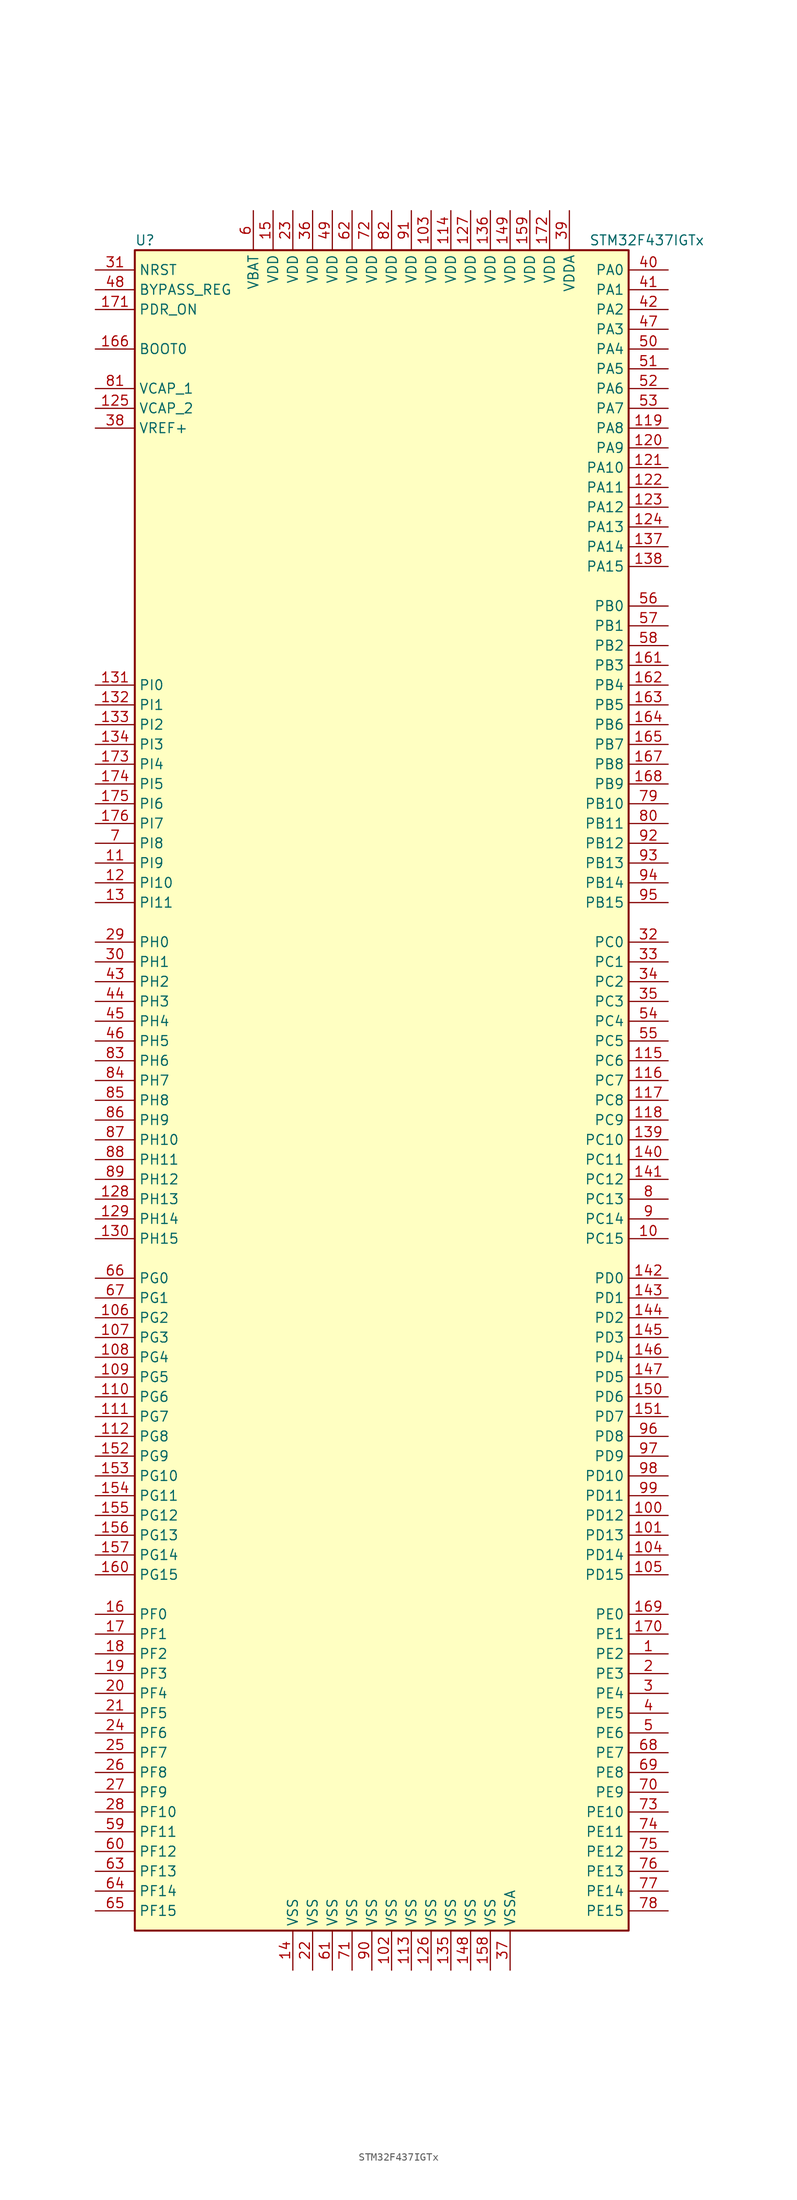
<source format=kicad_sym>
(kicad_symbol_lib
  (version 20201005)
  (generator kicad_symbol_editor)
  (symbol "STM32F437IGTx"
    (property "Reference" "U"
      (at -33.02 107.95 0)
      (effects (font (size 1.27 1.27)) (justify left)))
    (property "Value" "STM32F437IGTx"
      (at 25.4 107.95 0)
      (effects (font (size 1.27 1.27)) (justify left)))
    (symbol "STM32F437IGTx_0_1"
      (rectangle (start -33.02 -109.22) (end 30.48 106.68) (stroke (width 0.254)) (fill (type background))))
    (symbol "STM32F437IGTx_1_1"
      (pin bidirectional line (at 35.56 -73.66 180) (length 5.08) (name "PE2" (effects (font (size 1.27 1.27)))) (number "1" (effects (font (size 1.27 1.27)))))
      (pin bidirectional line (at 35.56 -20.32 180) (length 5.08) (name "PC15" (effects (font (size 1.27 1.27)))) (number "10" (effects (font (size 1.27 1.27)))))
      (pin bidirectional line (at 35.56 -55.88 180) (length 5.08) (name "PD12" (effects (font (size 1.27 1.27)))) (number "100" (effects (font (size 1.27 1.27)))))
      (pin bidirectional line (at 35.56 -58.42 180) (length 5.08) (name "PD13" (effects (font (size 1.27 1.27)))) (number "101" (effects (font (size 1.27 1.27)))))
      (pin power_in line (at 0 -114.3 90) (length 5.08) (name "VSS" (effects (font (size 1.27 1.27)))) (number "102" (effects (font (size 1.27 1.27)))))
      (pin power_in line (at 5.08 111.76 270) (length 5.08) (name "VDD" (effects (font (size 1.27 1.27)))) (number "103" (effects (font (size 1.27 1.27)))))
      (pin bidirectional line (at 35.56 -60.96 180) (length 5.08) (name "PD14" (effects (font (size 1.27 1.27)))) (number "104" (effects (font (size 1.27 1.27)))))
      (pin bidirectional line (at 35.56 -63.5 180) (length 5.08) (name "PD15" (effects (font (size 1.27 1.27)))) (number "105" (effects (font (size 1.27 1.27)))))
      (pin bidirectional line (at -38.1 -30.48 0) (length 5.08) (name "PG2" (effects (font (size 1.27 1.27)))) (number "106" (effects (font (size 1.27 1.27)))))
      (pin bidirectional line (at -38.1 -33.02 0) (length 5.08) (name "PG3" (effects (font (size 1.27 1.27)))) (number "107" (effects (font (size 1.27 1.27)))))
      (pin bidirectional line (at -38.1 -35.56 0) (length 5.08) (name "PG4" (effects (font (size 1.27 1.27)))) (number "108" (effects (font (size 1.27 1.27)))))
      (pin bidirectional line (at -38.1 -38.1 0) (length 5.08) (name "PG5" (effects (font (size 1.27 1.27)))) (number "109" (effects (font (size 1.27 1.27)))))
      (pin bidirectional line (at -38.1 27.94 0) (length 5.08) (name "PI9" (effects (font (size 1.27 1.27)))) (number "11" (effects (font (size 1.27 1.27)))))
      (pin bidirectional line (at -38.1 -40.64 0) (length 5.08) (name "PG6" (effects (font (size 1.27 1.27)))) (number "110" (effects (font (size 1.27 1.27)))))
      (pin bidirectional line (at -38.1 -43.18 0) (length 5.08) (name "PG7" (effects (font (size 1.27 1.27)))) (number "111" (effects (font (size 1.27 1.27)))))
      (pin bidirectional line (at -38.1 -45.72 0) (length 5.08) (name "PG8" (effects (font (size 1.27 1.27)))) (number "112" (effects (font (size 1.27 1.27)))))
      (pin power_in line (at 2.54 -114.3 90) (length 5.08) (name "VSS" (effects (font (size 1.27 1.27)))) (number "113" (effects (font (size 1.27 1.27)))))
      (pin power_in line (at 7.62 111.76 270) (length 5.08) (name "VDD" (effects (font (size 1.27 1.27)))) (number "114" (effects (font (size 1.27 1.27)))))
      (pin bidirectional line (at 35.56 2.54 180) (length 5.08) (name "PC6" (effects (font (size 1.27 1.27)))) (number "115" (effects (font (size 1.27 1.27)))))
      (pin bidirectional line (at 35.56 0 180) (length 5.08) (name "PC7" (effects (font (size 1.27 1.27)))) (number "116" (effects (font (size 1.27 1.27)))))
      (pin bidirectional line (at 35.56 -2.54 180) (length 5.08) (name "PC8" (effects (font (size 1.27 1.27)))) (number "117" (effects (font (size 1.27 1.27)))))
      (pin bidirectional line (at 35.56 -5.08 180) (length 5.08) (name "PC9" (effects (font (size 1.27 1.27)))) (number "118" (effects (font (size 1.27 1.27)))))
      (pin bidirectional line (at 35.56 83.82 180) (length 5.08) (name "PA8" (effects (font (size 1.27 1.27)))) (number "119" (effects (font (size 1.27 1.27)))))
      (pin bidirectional line (at -38.1 25.4 0) (length 5.08) (name "PI10" (effects (font (size 1.27 1.27)))) (number "12" (effects (font (size 1.27 1.27)))))
      (pin bidirectional line (at 35.56 81.28 180) (length 5.08) (name "PA9" (effects (font (size 1.27 1.27)))) (number "120" (effects (font (size 1.27 1.27)))))
      (pin bidirectional line (at 35.56 78.74 180) (length 5.08) (name "PA10" (effects (font (size 1.27 1.27)))) (number "121" (effects (font (size 1.27 1.27)))))
      (pin bidirectional line (at 35.56 76.2 180) (length 5.08) (name "PA11" (effects (font (size 1.27 1.27)))) (number "122" (effects (font (size 1.27 1.27)))))
      (pin bidirectional line (at 35.56 73.66 180) (length 5.08) (name "PA12" (effects (font (size 1.27 1.27)))) (number "123" (effects (font (size 1.27 1.27)))))
      (pin bidirectional line (at 35.56 71.12 180) (length 5.08) (name "PA13" (effects (font (size 1.27 1.27)))) (number "124" (effects (font (size 1.27 1.27)))))
      (pin power_in line (at -38.1 86.36 0) (length 5.08) (name "VCAP_2" (effects (font (size 1.27 1.27)))) (number "125" (effects (font (size 1.27 1.27)))))
      (pin power_in line (at 5.08 -114.3 90) (length 5.08) (name "VSS" (effects (font (size 1.27 1.27)))) (number "126" (effects (font (size 1.27 1.27)))))
      (pin power_in line (at 10.16 111.76 270) (length 5.08) (name "VDD" (effects (font (size 1.27 1.27)))) (number "127" (effects (font (size 1.27 1.27)))))
      (pin bidirectional line (at -38.1 -15.24 0) (length 5.08) (name "PH13" (effects (font (size 1.27 1.27)))) (number "128" (effects (font (size 1.27 1.27)))))
      (pin bidirectional line (at -38.1 -17.78 0) (length 5.08) (name "PH14" (effects (font (size 1.27 1.27)))) (number "129" (effects (font (size 1.27 1.27)))))
      (pin bidirectional line (at -38.1 22.86 0) (length 5.08) (name "PI11" (effects (font (size 1.27 1.27)))) (number "13" (effects (font (size 1.27 1.27)))))
      (pin bidirectional line (at -38.1 -20.32 0) (length 5.08) (name "PH15" (effects (font (size 1.27 1.27)))) (number "130" (effects (font (size 1.27 1.27)))))
      (pin bidirectional line (at -38.1 50.8 0) (length 5.08) (name "PI0" (effects (font (size 1.27 1.27)))) (number "131" (effects (font (size 1.27 1.27)))))
      (pin bidirectional line (at -38.1 48.26 0) (length 5.08) (name "PI1" (effects (font (size 1.27 1.27)))) (number "132" (effects (font (size 1.27 1.27)))))
      (pin bidirectional line (at -38.1 45.72 0) (length 5.08) (name "PI2" (effects (font (size 1.27 1.27)))) (number "133" (effects (font (size 1.27 1.27)))))
      (pin bidirectional line (at -38.1 43.18 0) (length 5.08) (name "PI3" (effects (font (size 1.27 1.27)))) (number "134" (effects (font (size 1.27 1.27)))))
      (pin power_in line (at 7.62 -114.3 90) (length 5.08) (name "VSS" (effects (font (size 1.27 1.27)))) (number "135" (effects (font (size 1.27 1.27)))))
      (pin power_in line (at 12.7 111.76 270) (length 5.08) (name "VDD" (effects (font (size 1.27 1.27)))) (number "136" (effects (font (size 1.27 1.27)))))
      (pin bidirectional line (at 35.56 68.58 180) (length 5.08) (name "PA14" (effects (font (size 1.27 1.27)))) (number "137" (effects (font (size 1.27 1.27)))))
      (pin bidirectional line (at 35.56 66.04 180) (length 5.08) (name "PA15" (effects (font (size 1.27 1.27)))) (number "138" (effects (font (size 1.27 1.27)))))
      (pin bidirectional line (at 35.56 -7.62 180) (length 5.08) (name "PC10" (effects (font (size 1.27 1.27)))) (number "139" (effects (font (size 1.27 1.27)))))
      (pin power_in line (at -12.7 -114.3 90) (length 5.08) (name "VSS" (effects (font (size 1.27 1.27)))) (number "14" (effects (font (size 1.27 1.27)))))
      (pin bidirectional line (at 35.56 -10.16 180) (length 5.08) (name "PC11" (effects (font (size 1.27 1.27)))) (number "140" (effects (font (size 1.27 1.27)))))
      (pin bidirectional line (at 35.56 -12.7 180) (length 5.08) (name "PC12" (effects (font (size 1.27 1.27)))) (number "141" (effects (font (size 1.27 1.27)))))
      (pin bidirectional line (at 35.56 -25.4 180) (length 5.08) (name "PD0" (effects (font (size 1.27 1.27)))) (number "142" (effects (font (size 1.27 1.27)))))
      (pin bidirectional line (at 35.56 -27.94 180) (length 5.08) (name "PD1" (effects (font (size 1.27 1.27)))) (number "143" (effects (font (size 1.27 1.27)))))
      (pin bidirectional line (at 35.56 -30.48 180) (length 5.08) (name "PD2" (effects (font (size 1.27 1.27)))) (number "144" (effects (font (size 1.27 1.27)))))
      (pin bidirectional line (at 35.56 -33.02 180) (length 5.08) (name "PD3" (effects (font (size 1.27 1.27)))) (number "145" (effects (font (size 1.27 1.27)))))
      (pin bidirectional line (at 35.56 -35.56 180) (length 5.08) (name "PD4" (effects (font (size 1.27 1.27)))) (number "146" (effects (font (size 1.27 1.27)))))
      (pin bidirectional line (at 35.56 -38.1 180) (length 5.08) (name "PD5" (effects (font (size 1.27 1.27)))) (number "147" (effects (font (size 1.27 1.27)))))
      (pin power_in line (at 10.16 -114.3 90) (length 5.08) (name "VSS" (effects (font (size 1.27 1.27)))) (number "148" (effects (font (size 1.27 1.27)))))
      (pin power_in line (at 15.24 111.76 270) (length 5.08) (name "VDD" (effects (font (size 1.27 1.27)))) (number "149" (effects (font (size 1.27 1.27)))))
      (pin power_in line (at -15.24 111.76 270) (length 5.08) (name "VDD" (effects (font (size 1.27 1.27)))) (number "15" (effects (font (size 1.27 1.27)))))
      (pin bidirectional line (at 35.56 -40.64 180) (length 5.08) (name "PD6" (effects (font (size 1.27 1.27)))) (number "150" (effects (font (size 1.27 1.27)))))
      (pin bidirectional line (at 35.56 -43.18 180) (length 5.08) (name "PD7" (effects (font (size 1.27 1.27)))) (number "151" (effects (font (size 1.27 1.27)))))
      (pin bidirectional line (at -38.1 -48.26 0) (length 5.08) (name "PG9" (effects (font (size 1.27 1.27)))) (number "152" (effects (font (size 1.27 1.27)))))
      (pin bidirectional line (at -38.1 -50.8 0) (length 5.08) (name "PG10" (effects (font (size 1.27 1.27)))) (number "153" (effects (font (size 1.27 1.27)))))
      (pin bidirectional line (at -38.1 -53.34 0) (length 5.08) (name "PG11" (effects (font (size 1.27 1.27)))) (number "154" (effects (font (size 1.27 1.27)))))
      (pin bidirectional line (at -38.1 -55.88 0) (length 5.08) (name "PG12" (effects (font (size 1.27 1.27)))) (number "155" (effects (font (size 1.27 1.27)))))
      (pin bidirectional line (at -38.1 -58.42 0) (length 5.08) (name "PG13" (effects (font (size 1.27 1.27)))) (number "156" (effects (font (size 1.27 1.27)))))
      (pin bidirectional line (at -38.1 -60.96 0) (length 5.08) (name "PG14" (effects (font (size 1.27 1.27)))) (number "157" (effects (font (size 1.27 1.27)))))
      (pin power_in line (at 12.7 -114.3 90) (length 5.08) (name "VSS" (effects (font (size 1.27 1.27)))) (number "158" (effects (font (size 1.27 1.27)))))
      (pin power_in line (at 17.78 111.76 270) (length 5.08) (name "VDD" (effects (font (size 1.27 1.27)))) (number "159" (effects (font (size 1.27 1.27)))))
      (pin bidirectional line (at -38.1 -68.58 0) (length 5.08) (name "PF0" (effects (font (size 1.27 1.27)))) (number "16" (effects (font (size 1.27 1.27)))))
      (pin bidirectional line (at -38.1 -63.5 0) (length 5.08) (name "PG15" (effects (font (size 1.27 1.27)))) (number "160" (effects (font (size 1.27 1.27)))))
      (pin bidirectional line (at 35.56 53.34 180) (length 5.08) (name "PB3" (effects (font (size 1.27 1.27)))) (number "161" (effects (font (size 1.27 1.27)))))
      (pin bidirectional line (at 35.56 50.8 180) (length 5.08) (name "PB4" (effects (font (size 1.27 1.27)))) (number "162" (effects (font (size 1.27 1.27)))))
      (pin bidirectional line (at 35.56 48.26 180) (length 5.08) (name "PB5" (effects (font (size 1.27 1.27)))) (number "163" (effects (font (size 1.27 1.27)))))
      (pin bidirectional line (at 35.56 45.72 180) (length 5.08) (name "PB6" (effects (font (size 1.27 1.27)))) (number "164" (effects (font (size 1.27 1.27)))))
      (pin bidirectional line (at 35.56 43.18 180) (length 5.08) (name "PB7" (effects (font (size 1.27 1.27)))) (number "165" (effects (font (size 1.27 1.27)))))
      (pin input line (at -38.1 93.98 0) (length 5.08) (name "BOOT0" (effects (font (size 1.27 1.27)))) (number "166" (effects (font (size 1.27 1.27)))))
      (pin bidirectional line (at 35.56 40.64 180) (length 5.08) (name "PB8" (effects (font (size 1.27 1.27)))) (number "167" (effects (font (size 1.27 1.27)))))
      (pin bidirectional line (at 35.56 38.1 180) (length 5.08) (name "PB9" (effects (font (size 1.27 1.27)))) (number "168" (effects (font (size 1.27 1.27)))))
      (pin bidirectional line (at 35.56 -68.58 180) (length 5.08) (name "PE0" (effects (font (size 1.27 1.27)))) (number "169" (effects (font (size 1.27 1.27)))))
      (pin bidirectional line (at -38.1 -71.12 0) (length 5.08) (name "PF1" (effects (font (size 1.27 1.27)))) (number "17" (effects (font (size 1.27 1.27)))))
      (pin bidirectional line (at 35.56 -71.12 180) (length 5.08) (name "PE1" (effects (font (size 1.27 1.27)))) (number "170" (effects (font (size 1.27 1.27)))))
      (pin input line (at -38.1 99.06 0) (length 5.08) (name "PDR_ON" (effects (font (size 1.27 1.27)))) (number "171" (effects (font (size 1.27 1.27)))))
      (pin power_in line (at 20.32 111.76 270) (length 5.08) (name "VDD" (effects (font (size 1.27 1.27)))) (number "172" (effects (font (size 1.27 1.27)))))
      (pin bidirectional line (at -38.1 40.64 0) (length 5.08) (name "PI4" (effects (font (size 1.27 1.27)))) (number "173" (effects (font (size 1.27 1.27)))))
      (pin bidirectional line (at -38.1 38.1 0) (length 5.08) (name "PI5" (effects (font (size 1.27 1.27)))) (number "174" (effects (font (size 1.27 1.27)))))
      (pin bidirectional line (at -38.1 35.56 0) (length 5.08) (name "PI6" (effects (font (size 1.27 1.27)))) (number "175" (effects (font (size 1.27 1.27)))))
      (pin bidirectional line (at -38.1 33.02 0) (length 5.08) (name "PI7" (effects (font (size 1.27 1.27)))) (number "176" (effects (font (size 1.27 1.27)))))
      (pin bidirectional line (at -38.1 -73.66 0) (length 5.08) (name "PF2" (effects (font (size 1.27 1.27)))) (number "18" (effects (font (size 1.27 1.27)))))
      (pin bidirectional line (at -38.1 -76.2 0) (length 5.08) (name "PF3" (effects (font (size 1.27 1.27)))) (number "19" (effects (font (size 1.27 1.27)))))
      (pin bidirectional line (at 35.56 -76.2 180) (length 5.08) (name "PE3" (effects (font (size 1.27 1.27)))) (number "2" (effects (font (size 1.27 1.27)))))
      (pin bidirectional line (at -38.1 -78.74 0) (length 5.08) (name "PF4" (effects (font (size 1.27 1.27)))) (number "20" (effects (font (size 1.27 1.27)))))
      (pin bidirectional line (at -38.1 -81.28 0) (length 5.08) (name "PF5" (effects (font (size 1.27 1.27)))) (number "21" (effects (font (size 1.27 1.27)))))
      (pin power_in line (at -10.16 -114.3 90) (length 5.08) (name "VSS" (effects (font (size 1.27 1.27)))) (number "22" (effects (font (size 1.27 1.27)))))
      (pin power_in line (at -12.7 111.76 270) (length 5.08) (name "VDD" (effects (font (size 1.27 1.27)))) (number "23" (effects (font (size 1.27 1.27)))))
      (pin bidirectional line (at -38.1 -83.82 0) (length 5.08) (name "PF6" (effects (font (size 1.27 1.27)))) (number "24" (effects (font (size 1.27 1.27)))))
      (pin bidirectional line (at -38.1 -86.36 0) (length 5.08) (name "PF7" (effects (font (size 1.27 1.27)))) (number "25" (effects (font (size 1.27 1.27)))))
      (pin bidirectional line (at -38.1 -88.9 0) (length 5.08) (name "PF8" (effects (font (size 1.27 1.27)))) (number "26" (effects (font (size 1.27 1.27)))))
      (pin bidirectional line (at -38.1 -91.44 0) (length 5.08) (name "PF9" (effects (font (size 1.27 1.27)))) (number "27" (effects (font (size 1.27 1.27)))))
      (pin bidirectional line (at -38.1 -93.98 0) (length 5.08) (name "PF10" (effects (font (size 1.27 1.27)))) (number "28" (effects (font (size 1.27 1.27)))))
      (pin input line (at -38.1 17.78 0) (length 5.08) (name "PH0" (effects (font (size 1.27 1.27)))) (number "29" (effects (font (size 1.27 1.27)))))
      (pin bidirectional line (at 35.56 -78.74 180) (length 5.08) (name "PE4" (effects (font (size 1.27 1.27)))) (number "3" (effects (font (size 1.27 1.27)))))
      (pin input line (at -38.1 15.24 0) (length 5.08) (name "PH1" (effects (font (size 1.27 1.27)))) (number "30" (effects (font (size 1.27 1.27)))))
      (pin input line (at -38.1 104.14 0) (length 5.08) (name "NRST" (effects (font (size 1.27 1.27)))) (number "31" (effects (font (size 1.27 1.27)))))
      (pin bidirectional line (at 35.56 17.78 180) (length 5.08) (name "PC0" (effects (font (size 1.27 1.27)))) (number "32" (effects (font (size 1.27 1.27)))))
      (pin bidirectional line (at 35.56 15.24 180) (length 5.08) (name "PC1" (effects (font (size 1.27 1.27)))) (number "33" (effects (font (size 1.27 1.27)))))
      (pin bidirectional line (at 35.56 12.7 180) (length 5.08) (name "PC2" (effects (font (size 1.27 1.27)))) (number "34" (effects (font (size 1.27 1.27)))))
      (pin bidirectional line (at 35.56 10.16 180) (length 5.08) (name "PC3" (effects (font (size 1.27 1.27)))) (number "35" (effects (font (size 1.27 1.27)))))
      (pin power_in line (at -10.16 111.76 270) (length 5.08) (name "VDD" (effects (font (size 1.27 1.27)))) (number "36" (effects (font (size 1.27 1.27)))))
      (pin power_in line (at 15.24 -114.3 90) (length 5.08) (name "VSSA" (effects (font (size 1.27 1.27)))) (number "37" (effects (font (size 1.27 1.27)))))
      (pin power_in line (at -38.1 83.82 0) (length 5.08) (name "VREF+" (effects (font (size 1.27 1.27)))) (number "38" (effects (font (size 1.27 1.27)))))
      (pin power_in line (at 22.86 111.76 270) (length 5.08) (name "VDDA" (effects (font (size 1.27 1.27)))) (number "39" (effects (font (size 1.27 1.27)))))
      (pin bidirectional line (at 35.56 -81.28 180) (length 5.08) (name "PE5" (effects (font (size 1.27 1.27)))) (number "4" (effects (font (size 1.27 1.27)))))
      (pin bidirectional line (at 35.56 104.14 180) (length 5.08) (name "PA0" (effects (font (size 1.27 1.27)))) (number "40" (effects (font (size 1.27 1.27)))))
      (pin bidirectional line (at 35.56 101.6 180) (length 5.08) (name "PA1" (effects (font (size 1.27 1.27)))) (number "41" (effects (font (size 1.27 1.27)))))
      (pin bidirectional line (at 35.56 99.06 180) (length 5.08) (name "PA2" (effects (font (size 1.27 1.27)))) (number "42" (effects (font (size 1.27 1.27)))))
      (pin bidirectional line (at -38.1 12.7 0) (length 5.08) (name "PH2" (effects (font (size 1.27 1.27)))) (number "43" (effects (font (size 1.27 1.27)))))
      (pin bidirectional line (at -38.1 10.16 0) (length 5.08) (name "PH3" (effects (font (size 1.27 1.27)))) (number "44" (effects (font (size 1.27 1.27)))))
      (pin bidirectional line (at -38.1 7.62 0) (length 5.08) (name "PH4" (effects (font (size 1.27 1.27)))) (number "45" (effects (font (size 1.27 1.27)))))
      (pin bidirectional line (at -38.1 5.08 0) (length 5.08) (name "PH5" (effects (font (size 1.27 1.27)))) (number "46" (effects (font (size 1.27 1.27)))))
      (pin bidirectional line (at 35.56 96.52 180) (length 5.08) (name "PA3" (effects (font (size 1.27 1.27)))) (number "47" (effects (font (size 1.27 1.27)))))
      (pin input line (at -38.1 101.6 0) (length 5.08) (name "BYPASS_REG" (effects (font (size 1.27 1.27)))) (number "48" (effects (font (size 1.27 1.27)))))
      (pin power_in line (at -7.62 111.76 270) (length 5.08) (name "VDD" (effects (font (size 1.27 1.27)))) (number "49" (effects (font (size 1.27 1.27)))))
      (pin bidirectional line (at 35.56 -83.82 180) (length 5.08) (name "PE6" (effects (font (size 1.27 1.27)))) (number "5" (effects (font (size 1.27 1.27)))))
      (pin bidirectional line (at 35.56 93.98 180) (length 5.08) (name "PA4" (effects (font (size 1.27 1.27)))) (number "50" (effects (font (size 1.27 1.27)))))
      (pin bidirectional line (at 35.56 91.44 180) (length 5.08) (name "PA5" (effects (font (size 1.27 1.27)))) (number "51" (effects (font (size 1.27 1.27)))))
      (pin bidirectional line (at 35.56 88.9 180) (length 5.08) (name "PA6" (effects (font (size 1.27 1.27)))) (number "52" (effects (font (size 1.27 1.27)))))
      (pin bidirectional line (at 35.56 86.36 180) (length 5.08) (name "PA7" (effects (font (size 1.27 1.27)))) (number "53" (effects (font (size 1.27 1.27)))))
      (pin bidirectional line (at 35.56 7.62 180) (length 5.08) (name "PC4" (effects (font (size 1.27 1.27)))) (number "54" (effects (font (size 1.27 1.27)))))
      (pin bidirectional line (at 35.56 5.08 180) (length 5.08) (name "PC5" (effects (font (size 1.27 1.27)))) (number "55" (effects (font (size 1.27 1.27)))))
      (pin bidirectional line (at 35.56 60.96 180) (length 5.08) (name "PB0" (effects (font (size 1.27 1.27)))) (number "56" (effects (font (size 1.27 1.27)))))
      (pin bidirectional line (at 35.56 58.42 180) (length 5.08) (name "PB1" (effects (font (size 1.27 1.27)))) (number "57" (effects (font (size 1.27 1.27)))))
      (pin bidirectional line (at 35.56 55.88 180) (length 5.08) (name "PB2" (effects (font (size 1.27 1.27)))) (number "58" (effects (font (size 1.27 1.27)))))
      (pin bidirectional line (at -38.1 -96.52 0) (length 5.08) (name "PF11" (effects (font (size 1.27 1.27)))) (number "59" (effects (font (size 1.27 1.27)))))
      (pin power_in line (at -17.78 111.76 270) (length 5.08) (name "VBAT" (effects (font (size 1.27 1.27)))) (number "6" (effects (font (size 1.27 1.27)))))
      (pin bidirectional line (at -38.1 -99.06 0) (length 5.08) (name "PF12" (effects (font (size 1.27 1.27)))) (number "60" (effects (font (size 1.27 1.27)))))
      (pin power_in line (at -7.62 -114.3 90) (length 5.08) (name "VSS" (effects (font (size 1.27 1.27)))) (number "61" (effects (font (size 1.27 1.27)))))
      (pin power_in line (at -5.08 111.76 270) (length 5.08) (name "VDD" (effects (font (size 1.27 1.27)))) (number "62" (effects (font (size 1.27 1.27)))))
      (pin bidirectional line (at -38.1 -101.6 0) (length 5.08) (name "PF13" (effects (font (size 1.27 1.27)))) (number "63" (effects (font (size 1.27 1.27)))))
      (pin bidirectional line (at -38.1 -104.14 0) (length 5.08) (name "PF14" (effects (font (size 1.27 1.27)))) (number "64" (effects (font (size 1.27 1.27)))))
      (pin bidirectional line (at -38.1 -106.68 0) (length 5.08) (name "PF15" (effects (font (size 1.27 1.27)))) (number "65" (effects (font (size 1.27 1.27)))))
      (pin bidirectional line (at -38.1 -25.4 0) (length 5.08) (name "PG0" (effects (font (size 1.27 1.27)))) (number "66" (effects (font (size 1.27 1.27)))))
      (pin bidirectional line (at -38.1 -27.94 0) (length 5.08) (name "PG1" (effects (font (size 1.27 1.27)))) (number "67" (effects (font (size 1.27 1.27)))))
      (pin bidirectional line (at 35.56 -86.36 180) (length 5.08) (name "PE7" (effects (font (size 1.27 1.27)))) (number "68" (effects (font (size 1.27 1.27)))))
      (pin bidirectional line (at 35.56 -88.9 180) (length 5.08) (name "PE8" (effects (font (size 1.27 1.27)))) (number "69" (effects (font (size 1.27 1.27)))))
      (pin bidirectional line (at -38.1 30.48 0) (length 5.08) (name "PI8" (effects (font (size 1.27 1.27)))) (number "7" (effects (font (size 1.27 1.27)))))
      (pin bidirectional line (at 35.56 -91.44 180) (length 5.08) (name "PE9" (effects (font (size 1.27 1.27)))) (number "70" (effects (font (size 1.27 1.27)))))
      (pin power_in line (at -5.08 -114.3 90) (length 5.08) (name "VSS" (effects (font (size 1.27 1.27)))) (number "71" (effects (font (size 1.27 1.27)))))
      (pin power_in line (at -2.54 111.76 270) (length 5.08) (name "VDD" (effects (font (size 1.27 1.27)))) (number "72" (effects (font (size 1.27 1.27)))))
      (pin bidirectional line (at 35.56 -93.98 180) (length 5.08) (name "PE10" (effects (font (size 1.27 1.27)))) (number "73" (effects (font (size 1.27 1.27)))))
      (pin bidirectional line (at 35.56 -96.52 180) (length 5.08) (name "PE11" (effects (font (size 1.27 1.27)))) (number "74" (effects (font (size 1.27 1.27)))))
      (pin bidirectional line (at 35.56 -99.06 180) (length 5.08) (name "PE12" (effects (font (size 1.27 1.27)))) (number "75" (effects (font (size 1.27 1.27)))))
      (pin bidirectional line (at 35.56 -101.6 180) (length 5.08) (name "PE13" (effects (font (size 1.27 1.27)))) (number "76" (effects (font (size 1.27 1.27)))))
      (pin bidirectional line (at 35.56 -104.14 180) (length 5.08) (name "PE14" (effects (font (size 1.27 1.27)))) (number "77" (effects (font (size 1.27 1.27)))))
      (pin bidirectional line (at 35.56 -106.68 180) (length 5.08) (name "PE15" (effects (font (size 1.27 1.27)))) (number "78" (effects (font (size 1.27 1.27)))))
      (pin bidirectional line (at 35.56 35.56 180) (length 5.08) (name "PB10" (effects (font (size 1.27 1.27)))) (number "79" (effects (font (size 1.27 1.27)))))
      (pin bidirectional line (at 35.56 -15.24 180) (length 5.08) (name "PC13" (effects (font (size 1.27 1.27)))) (number "8" (effects (font (size 1.27 1.27)))))
      (pin bidirectional line (at 35.56 33.02 180) (length 5.08) (name "PB11" (effects (font (size 1.27 1.27)))) (number "80" (effects (font (size 1.27 1.27)))))
      (pin power_in line (at -38.1 88.9 0) (length 5.08) (name "VCAP_1" (effects (font (size 1.27 1.27)))) (number "81" (effects (font (size 1.27 1.27)))))
      (pin power_in line (at 0 111.76 270) (length 5.08) (name "VDD" (effects (font (size 1.27 1.27)))) (number "82" (effects (font (size 1.27 1.27)))))
      (pin bidirectional line (at -38.1 2.54 0) (length 5.08) (name "PH6" (effects (font (size 1.27 1.27)))) (number "83" (effects (font (size 1.27 1.27)))))
      (pin bidirectional line (at -38.1 0 0) (length 5.08) (name "PH7" (effects (font (size 1.27 1.27)))) (number "84" (effects (font (size 1.27 1.27)))))
      (pin bidirectional line (at -38.1 -2.54 0) (length 5.08) (name "PH8" (effects (font (size 1.27 1.27)))) (number "85" (effects (font (size 1.27 1.27)))))
      (pin bidirectional line (at -38.1 -5.08 0) (length 5.08) (name "PH9" (effects (font (size 1.27 1.27)))) (number "86" (effects (font (size 1.27 1.27)))))
      (pin bidirectional line (at -38.1 -7.62 0) (length 5.08) (name "PH10" (effects (font (size 1.27 1.27)))) (number "87" (effects (font (size 1.27 1.27)))))
      (pin bidirectional line (at -38.1 -10.16 0) (length 5.08) (name "PH11" (effects (font (size 1.27 1.27)))) (number "88" (effects (font (size 1.27 1.27)))))
      (pin bidirectional line (at -38.1 -12.7 0) (length 5.08) (name "PH12" (effects (font (size 1.27 1.27)))) (number "89" (effects (font (size 1.27 1.27)))))
      (pin bidirectional line (at 35.56 -17.78 180) (length 5.08) (name "PC14" (effects (font (size 1.27 1.27)))) (number "9" (effects (font (size 1.27 1.27)))))
      (pin power_in line (at -2.54 -114.3 90) (length 5.08) (name "VSS" (effects (font (size 1.27 1.27)))) (number "90" (effects (font (size 1.27 1.27)))))
      (pin power_in line (at 2.54 111.76 270) (length 5.08) (name "VDD" (effects (font (size 1.27 1.27)))) (number "91" (effects (font (size 1.27 1.27)))))
      (pin bidirectional line (at 35.56 30.48 180) (length 5.08) (name "PB12" (effects (font (size 1.27 1.27)))) (number "92" (effects (font (size 1.27 1.27)))))
      (pin bidirectional line (at 35.56 27.94 180) (length 5.08) (name "PB13" (effects (font (size 1.27 1.27)))) (number "93" (effects (font (size 1.27 1.27)))))
      (pin bidirectional line (at 35.56 25.4 180) (length 5.08) (name "PB14" (effects (font (size 1.27 1.27)))) (number "94" (effects (font (size 1.27 1.27)))))
      (pin bidirectional line (at 35.56 22.86 180) (length 5.08) (name "PB15" (effects (font (size 1.27 1.27)))) (number "95" (effects (font (size 1.27 1.27)))))
      (pin bidirectional line (at 35.56 -45.72 180) (length 5.08) (name "PD8" (effects (font (size 1.27 1.27)))) (number "96" (effects (font (size 1.27 1.27)))))
      (pin bidirectional line (at 35.56 -48.26 180) (length 5.08) (name "PD9" (effects (font (size 1.27 1.27)))) (number "97" (effects (font (size 1.27 1.27)))))
      (pin bidirectional line (at 35.56 -50.8 180) (length 5.08) (name "PD10" (effects (font (size 1.27 1.27)))) (number "98" (effects (font (size 1.27 1.27)))))
      (pin bidirectional line (at 35.56 -53.34 180) (length 5.08) (name "PD11" (effects (font (size 1.27 1.27)))) (number "99" (effects (font (size 1.27 1.27))))))))
</source>
